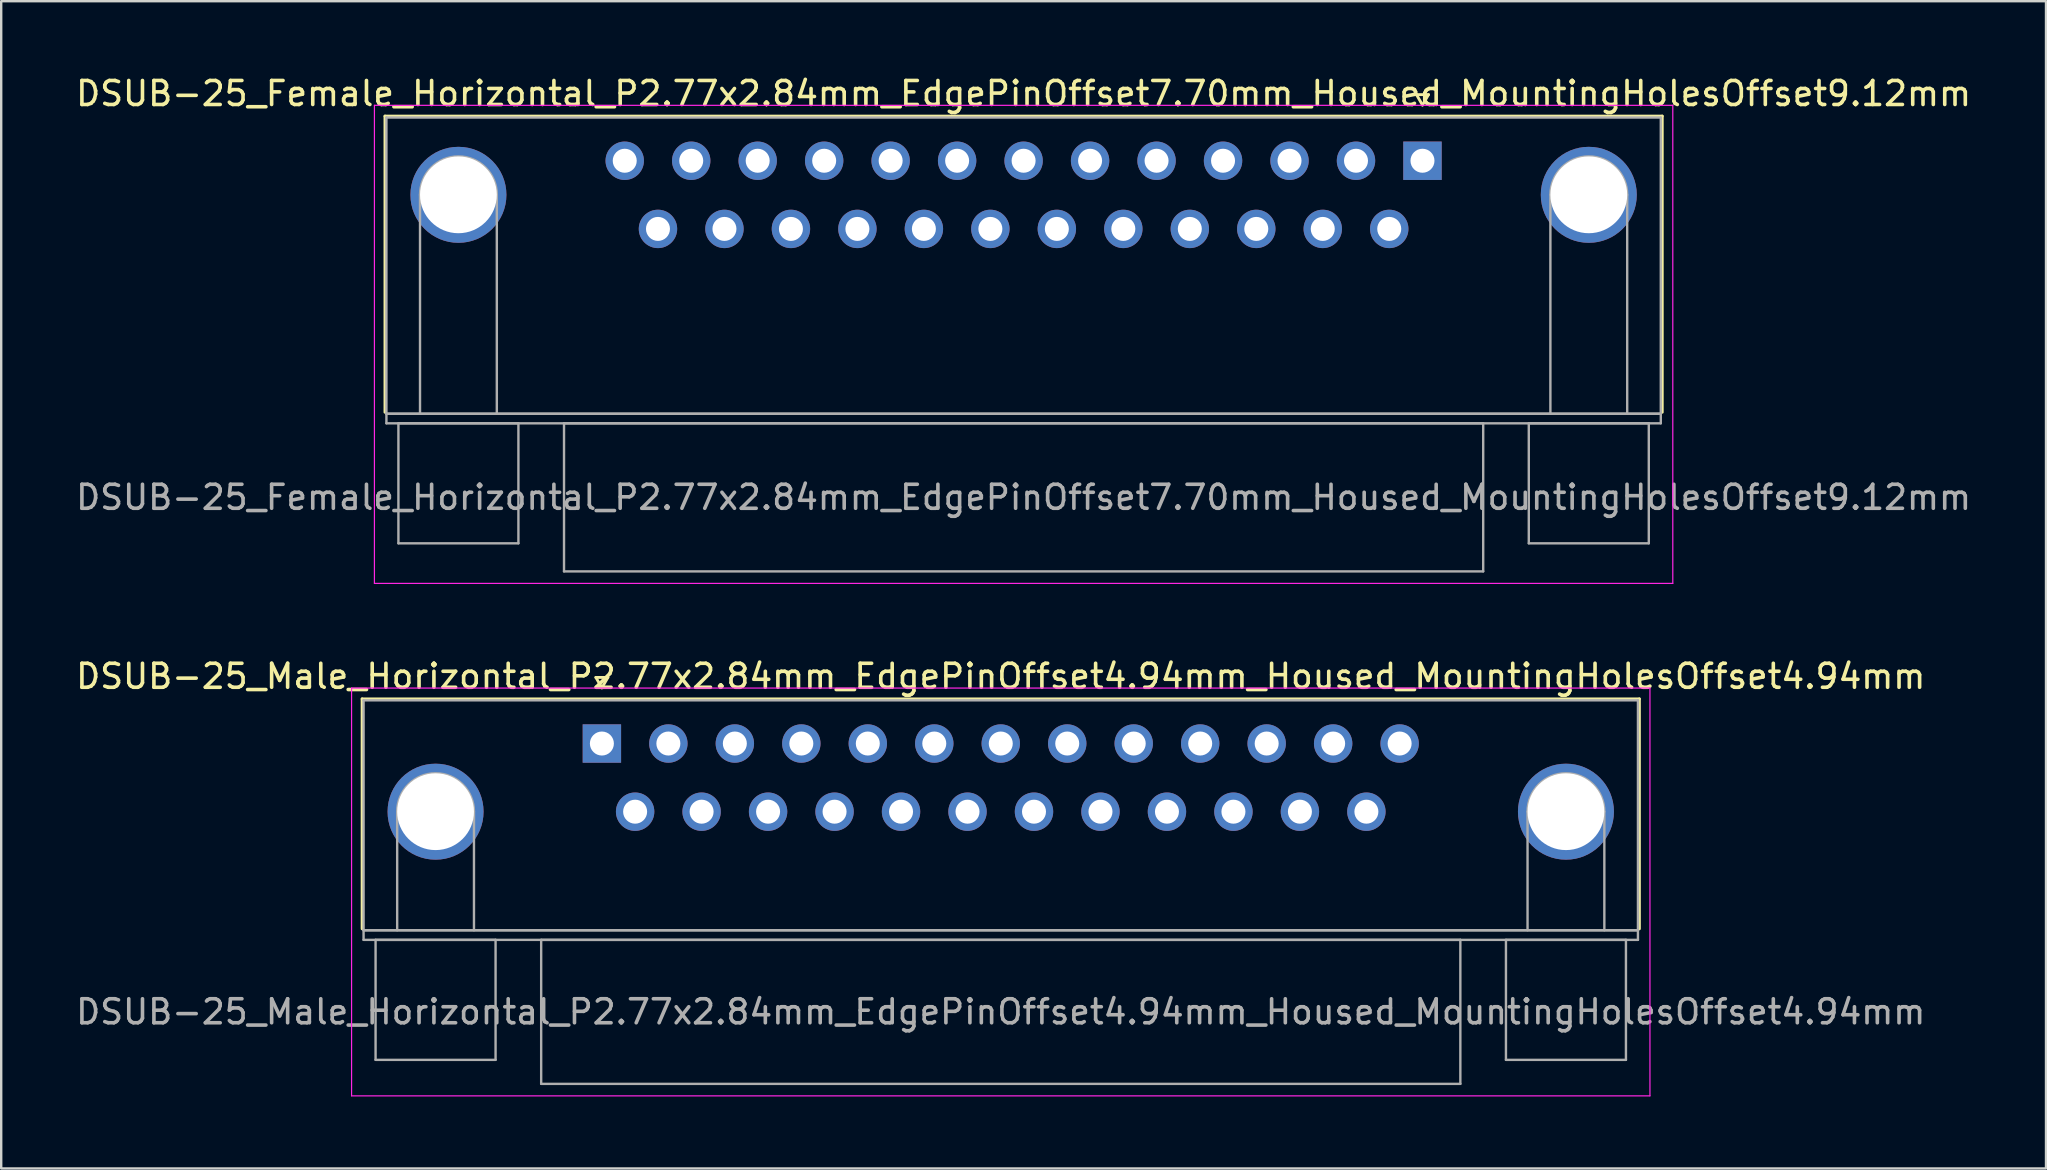
<source format=kicad_pcb>
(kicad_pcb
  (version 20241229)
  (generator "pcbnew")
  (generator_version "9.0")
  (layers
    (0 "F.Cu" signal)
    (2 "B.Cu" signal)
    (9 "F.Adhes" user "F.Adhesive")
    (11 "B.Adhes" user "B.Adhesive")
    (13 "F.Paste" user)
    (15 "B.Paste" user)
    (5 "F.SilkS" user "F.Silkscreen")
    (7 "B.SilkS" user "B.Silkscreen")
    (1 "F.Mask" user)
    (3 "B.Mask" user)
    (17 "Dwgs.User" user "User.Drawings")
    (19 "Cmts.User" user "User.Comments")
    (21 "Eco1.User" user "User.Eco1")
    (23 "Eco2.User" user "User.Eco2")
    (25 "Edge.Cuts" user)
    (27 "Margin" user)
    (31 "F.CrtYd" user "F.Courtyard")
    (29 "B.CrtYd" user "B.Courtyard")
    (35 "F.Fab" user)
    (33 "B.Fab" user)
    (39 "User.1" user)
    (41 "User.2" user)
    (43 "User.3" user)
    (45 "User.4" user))
  (footprint "DSUB-25_Female_Horizontal_P2.77x2.84mm_EdgePinOffset7.70mm_Housed_MountingHolesOffset9.12mm"
    (layer "F.Cu")
    (at 56.221 3.648)
    (property "Reference" "DSUB-25_Female_Horizontal_P2.77x2.84mm_EdgePinOffset7.70mm_Housed_MountingHolesOffset9.12mm" (at -16.62 -2.8 0) (layer "F.SilkS") (effects (font (size 1 1) (thickness 0.15))))
    (attr through_hole)
    (fp_line (start -43.23 -1.86) (end 9.99 -1.86) (stroke (width 0.12) (type solid)) (layer "F.SilkS"))
    (fp_line (start -43.23 10.48) (end -43.23 -1.86) (stroke (width 0.12) (type solid)) (layer "F.SilkS"))
    (fp_line (start -0.25 -2.754) (end 0.25 -2.754) (stroke (width 0.12) (type solid)) (layer "F.SilkS"))
    (fp_line (start 0 -2.321) (end -0.25 -2.754) (stroke (width 0.12) (type solid)) (layer "F.SilkS"))
    (fp_line (start 0.25 -2.754) (end 0 -2.321) (stroke (width 0.12) (type solid)) (layer "F.SilkS"))
    (fp_line (start 9.99 -1.86) (end 9.99 10.48) (stroke (width 0.12) (type solid)) (layer "F.SilkS"))
    (fp_line (start -43.67 -2.31) (end -43.67 17.61) (stroke (width 0.05) (type solid)) (layer "F.CrtYd"))
    (fp_line (start -43.67 17.61) (end 10.43 17.61) (stroke (width 0.05) (type solid)) (layer "F.CrtYd"))
    (fp_line (start 10.43 -2.31) (end -43.67 -2.31) (stroke (width 0.05) (type solid)) (layer "F.CrtYd"))
    (fp_line (start 10.43 17.61) (end 10.43 -2.31) (stroke (width 0.05) (type solid)) (layer "F.CrtYd"))
    (fp_line (start -43.17 -1.8) (end -43.17 10.54) (stroke (width 0.1) (type solid)) (layer "F.Fab"))
    (fp_line (start -43.17 10.54) (end -43.17 10.94) (stroke (width 0.1) (type solid)) (layer "F.Fab"))
    (fp_line (start -43.17 10.54) (end 9.93 10.54) (stroke (width 0.1) (type solid)) (layer "F.Fab"))
    (fp_line (start -43.17 10.94) (end 9.93 10.94) (stroke (width 0.1) (type solid)) (layer "F.Fab"))
    (fp_line (start -42.67 10.94) (end -42.67 15.94) (stroke (width 0.1) (type solid)) (layer "F.Fab"))
    (fp_line (start -42.67 15.94) (end -37.67 15.94) (stroke (width 0.1) (type solid)) (layer "F.Fab"))
    (fp_line (start -41.77 10.54) (end -41.77 1.42) (stroke (width 0.1) (type solid)) (layer "F.Fab"))
    (fp_line (start -38.57 10.54) (end -38.57 1.42) (stroke (width 0.1) (type solid)) (layer "F.Fab"))
    (fp_line (start -37.67 10.94) (end -42.67 10.94) (stroke (width 0.1) (type solid)) (layer "F.Fab"))
    (fp_line (start -37.67 15.94) (end -37.67 10.94) (stroke (width 0.1) (type solid)) (layer "F.Fab"))
    (fp_line (start -35.77 10.94) (end -35.77 17.11) (stroke (width 0.1) (type solid)) (layer "F.Fab"))
    (fp_line (start -35.77 17.11) (end 2.53 17.11) (stroke (width 0.1) (type solid)) (layer "F.Fab"))
    (fp_line (start 2.53 10.94) (end -35.77 10.94) (stroke (width 0.1) (type solid)) (layer "F.Fab"))
    (fp_line (start 2.53 17.11) (end 2.53 10.94) (stroke (width 0.1) (type solid)) (layer "F.Fab"))
    (fp_line (start 4.43 10.94) (end 4.43 15.94) (stroke (width 0.1) (type solid)) (layer "F.Fab"))
    (fp_line (start 4.43 15.94) (end 9.43 15.94) (stroke (width 0.1) (type solid)) (layer "F.Fab"))
    (fp_line (start 5.33 10.54) (end 5.33 1.42) (stroke (width 0.1) (type solid)) (layer "F.Fab"))
    (fp_line (start 8.53 10.54) (end 8.53 1.42) (stroke (width 0.1) (type solid)) (layer "F.Fab"))
    (fp_line (start 9.43 10.94) (end 4.43 10.94) (stroke (width 0.1) (type solid)) (layer "F.Fab"))
    (fp_line (start 9.43 15.94) (end 9.43 10.94) (stroke (width 0.1) (type solid)) (layer "F.Fab"))
    (fp_line (start 9.93 -1.8) (end -43.17 -1.8) (stroke (width 0.1) (type solid)) (layer "F.Fab"))
    (fp_line (start 9.93 10.54) (end -43.17 10.54) (stroke (width 0.1) (type solid)) (layer "F.Fab"))
    (fp_line (start 9.93 10.54) (end 9.93 -1.8) (stroke (width 0.1) (type solid)) (layer "F.Fab"))
    (fp_line (start 9.93 10.94) (end 9.93 10.54) (stroke (width 0.1) (type solid)) (layer "F.Fab"))
    (fp_arc (start -41.77 1.42) (mid -40.17 -0.18) (end -38.57 1.42) (stroke (width 0.1) (type solid)) (layer "F.Fab"))
    (fp_arc (start 5.33 1.42) (mid 6.93 -0.18) (end 8.53 1.42) (stroke (width 0.1) (type solid)) (layer "F.Fab"))
    (fp_text user "${REFERENCE}" (at -16.62 14.025 0) (layer "F.Fab") (effects (font (size 1 1) (thickness 0.15))))
    (pad "0" thru_hole circle (at -40.17 1.42) (size 4 4) (drill 3.2) (layers "*.Cu" "*.Mask"))
    (pad "0" thru_hole circle (at 6.93 1.42) (size 4 4) (drill 3.2) (layers "*.Cu" "*.Mask"))
    (pad "1" thru_hole rect (at 0 0) (size 1.6 1.6) (drill 1) (layers "*.Cu" "*.Mask"))
    (pad "2" thru_hole circle (at -2.77 0) (size 1.6 1.6) (drill 1) (layers "*.Cu" "*.Mask"))
    (pad "3" thru_hole circle (at -5.54 0) (size 1.6 1.6) (drill 1) (layers "*.Cu" "*.Mask"))
    (pad "4" thru_hole circle (at -8.31 0) (size 1.6 1.6) (drill 1) (layers "*.Cu" "*.Mask"))
    (pad "5" thru_hole circle (at -11.08 0) (size 1.6 1.6) (drill 1) (layers "*.Cu" "*.Mask"))
    (pad "6" thru_hole circle (at -13.85 0) (size 1.6 1.6) (drill 1) (layers "*.Cu" "*.Mask"))
    (pad "7" thru_hole circle (at -16.62 0) (size 1.6 1.6) (drill 1) (layers "*.Cu" "*.Mask"))
    (pad "8" thru_hole circle (at -19.39 0) (size 1.6 1.6) (drill 1) (layers "*.Cu" "*.Mask"))
    (pad "9" thru_hole circle (at -22.16 0) (size 1.6 1.6) (drill 1) (layers "*.Cu" "*.Mask"))
    (pad "10" thru_hole circle (at -24.93 0) (size 1.6 1.6) (drill 1) (layers "*.Cu" "*.Mask"))
    (pad "11" thru_hole circle (at -27.7 0) (size 1.6 1.6) (drill 1) (layers "*.Cu" "*.Mask"))
    (pad "12" thru_hole circle (at -30.47 0) (size 1.6 1.6) (drill 1) (layers "*.Cu" "*.Mask"))
    (pad "13" thru_hole circle (at -33.24 0) (size 1.6 1.6) (drill 1) (layers "*.Cu" "*.Mask"))
    (pad "14" thru_hole circle (at -1.385 2.84) (size 1.6 1.6) (drill 1) (layers "*.Cu" "*.Mask"))
    (pad "15" thru_hole circle (at -4.155 2.84) (size 1.6 1.6) (drill 1) (layers "*.Cu" "*.Mask"))
    (pad "16" thru_hole circle (at -6.925 2.84) (size 1.6 1.6) (drill 1) (layers "*.Cu" "*.Mask"))
    (pad "17" thru_hole circle (at -9.695 2.84) (size 1.6 1.6) (drill 1) (layers "*.Cu" "*.Mask"))
    (pad "18" thru_hole circle (at -12.465 2.84) (size 1.6 1.6) (drill 1) (layers "*.Cu" "*.Mask"))
    (pad "19" thru_hole circle (at -15.235 2.84) (size 1.6 1.6) (drill 1) (layers "*.Cu" "*.Mask"))
    (pad "20" thru_hole circle (at -18.005 2.84) (size 1.6 1.6) (drill 1) (layers "*.Cu" "*.Mask"))
    (pad "21" thru_hole circle (at -20.775 2.84) (size 1.6 1.6) (drill 1) (layers "*.Cu" "*.Mask"))
    (pad "22" thru_hole circle (at -23.545 2.84) (size 1.6 1.6) (drill 1) (layers "*.Cu" "*.Mask"))
    (pad "23" thru_hole circle (at -26.315 2.84) (size 1.6 1.6) (drill 1) (layers "*.Cu" "*.Mask"))
    (pad "24" thru_hole circle (at -29.085 2.84) (size 1.6 1.6) (drill 1) (layers "*.Cu" "*.Mask"))
    (pad "25" thru_hole circle (at -31.855 2.84) (size 1.6 1.6) (drill 1) (layers "*.Cu" "*.Mask")))
  (footprint "DSUB-25_Male_Horizontal_P2.77x2.84mm_EdgePinOffset4.94mm_Housed_MountingHolesOffset4.94mm"
    (layer "F.Cu")
    (at 22.029 27.931)
    (property "Reference" "DSUB-25_Male_Horizontal_P2.77x2.84mm_EdgePinOffset4.94mm_Housed_MountingHolesOffset4.94mm" (at 16.62 -2.8 0) (layer "F.SilkS") (effects (font (size 1 1) (thickness 0.15))))
    (attr through_hole)
    (fp_line (start -9.99 -1.86) (end 43.23 -1.86) (stroke (width 0.12) (type solid)) (layer "F.SilkS"))
    (fp_line (start -9.99 7.72) (end -9.99 -1.86) (stroke (width 0.12) (type solid)) (layer "F.SilkS"))
    (fp_line (start -0.25 -2.754) (end 0.25 -2.754) (stroke (width 0.12) (type solid)) (layer "F.SilkS"))
    (fp_line (start 0 -2.321) (end -0.25 -2.754) (stroke (width 0.12) (type solid)) (layer "F.SilkS"))
    (fp_line (start 0.25 -2.754) (end 0 -2.321) (stroke (width 0.12) (type solid)) (layer "F.SilkS"))
    (fp_line (start 43.23 -1.86) (end 43.23 7.72) (stroke (width 0.12) (type solid)) (layer "F.SilkS"))
    (fp_line (start -10.43 -2.31) (end -10.43 14.68) (stroke (width 0.05) (type solid)) (layer "F.CrtYd"))
    (fp_line (start -10.43 14.68) (end 43.67 14.68) (stroke (width 0.05) (type solid)) (layer "F.CrtYd"))
    (fp_line (start 43.67 -2.31) (end -10.43 -2.31) (stroke (width 0.05) (type solid)) (layer "F.CrtYd"))
    (fp_line (start 43.67 14.68) (end 43.67 -2.31) (stroke (width 0.05) (type solid)) (layer "F.CrtYd"))
    (fp_line (start -9.93 -1.8) (end -9.93 7.78) (stroke (width 0.1) (type solid)) (layer "F.Fab"))
    (fp_line (start -9.93 7.78) (end -9.93 8.18) (stroke (width 0.1) (type solid)) (layer "F.Fab"))
    (fp_line (start -9.93 7.78) (end 43.17 7.78) (stroke (width 0.1) (type solid)) (layer "F.Fab"))
    (fp_line (start -9.93 8.18) (end 43.17 8.18) (stroke (width 0.1) (type solid)) (layer "F.Fab"))
    (fp_line (start -9.43 8.18) (end -9.43 13.18) (stroke (width 0.1) (type solid)) (layer "F.Fab"))
    (fp_line (start -9.43 13.18) (end -4.43 13.18) (stroke (width 0.1) (type solid)) (layer "F.Fab"))
    (fp_line (start -8.53 7.78) (end -8.53 2.84) (stroke (width 0.1) (type solid)) (layer "F.Fab"))
    (fp_line (start -5.33 7.78) (end -5.33 2.84) (stroke (width 0.1) (type solid)) (layer "F.Fab"))
    (fp_line (start -4.43 8.18) (end -9.43 8.18) (stroke (width 0.1) (type solid)) (layer "F.Fab"))
    (fp_line (start -4.43 13.18) (end -4.43 8.18) (stroke (width 0.1) (type solid)) (layer "F.Fab"))
    (fp_line (start -2.53 8.18) (end -2.53 14.18) (stroke (width 0.1) (type solid)) (layer "F.Fab"))
    (fp_line (start -2.53 14.18) (end 35.77 14.18) (stroke (width 0.1) (type solid)) (layer "F.Fab"))
    (fp_line (start 35.77 8.18) (end -2.53 8.18) (stroke (width 0.1) (type solid)) (layer "F.Fab"))
    (fp_line (start 35.77 14.18) (end 35.77 8.18) (stroke (width 0.1) (type solid)) (layer "F.Fab"))
    (fp_line (start 37.67 8.18) (end 37.67 13.18) (stroke (width 0.1) (type solid)) (layer "F.Fab"))
    (fp_line (start 37.67 13.18) (end 42.67 13.18) (stroke (width 0.1) (type solid)) (layer "F.Fab"))
    (fp_line (start 38.57 7.78) (end 38.57 2.84) (stroke (width 0.1) (type solid)) (layer "F.Fab"))
    (fp_line (start 41.77 7.78) (end 41.77 2.84) (stroke (width 0.1) (type solid)) (layer "F.Fab"))
    (fp_line (start 42.67 8.18) (end 37.67 8.18) (stroke (width 0.1) (type solid)) (layer "F.Fab"))
    (fp_line (start 42.67 13.18) (end 42.67 8.18) (stroke (width 0.1) (type solid)) (layer "F.Fab"))
    (fp_line (start 43.17 -1.8) (end -9.93 -1.8) (stroke (width 0.1) (type solid)) (layer "F.Fab"))
    (fp_line (start 43.17 7.78) (end -9.93 7.78) (stroke (width 0.1) (type solid)) (layer "F.Fab"))
    (fp_line (start 43.17 7.78) (end 43.17 -1.8) (stroke (width 0.1) (type solid)) (layer "F.Fab"))
    (fp_line (start 43.17 8.18) (end 43.17 7.78) (stroke (width 0.1) (type solid)) (layer "F.Fab"))
    (fp_arc (start -8.53 2.84) (mid -6.93 1.24) (end -5.33 2.84) (stroke (width 0.1) (type solid)) (layer "F.Fab"))
    (fp_arc (start 38.57 2.84) (mid 40.17 1.24) (end 41.77 2.84) (stroke (width 0.1) (type solid)) (layer "F.Fab"))
    (fp_text user "${REFERENCE}" (at 16.62 11.18 0) (layer "F.Fab") (effects (font (size 1 1) (thickness 0.15))))
    (pad "0" thru_hole circle (at -6.93 2.84) (size 4 4) (drill 3.2) (layers "*.Cu" "*.Mask"))
    (pad "0" thru_hole circle (at 40.17 2.84) (size 4 4) (drill 3.2) (layers "*.Cu" "*.Mask"))
    (pad "1" thru_hole rect (at 0 0) (size 1.6 1.6) (drill 1) (layers "*.Cu" "*.Mask"))
    (pad "2" thru_hole circle (at 2.77 0) (size 1.6 1.6) (drill 1) (layers "*.Cu" "*.Mask"))
    (pad "3" thru_hole circle (at 5.54 0) (size 1.6 1.6) (drill 1) (layers "*.Cu" "*.Mask"))
    (pad "4" thru_hole circle (at 8.31 0) (size 1.6 1.6) (drill 1) (layers "*.Cu" "*.Mask"))
    (pad "5" thru_hole circle (at 11.08 0) (size 1.6 1.6) (drill 1) (layers "*.Cu" "*.Mask"))
    (pad "6" thru_hole circle (at 13.85 0) (size 1.6 1.6) (drill 1) (layers "*.Cu" "*.Mask"))
    (pad "7" thru_hole circle (at 16.62 0) (size 1.6 1.6) (drill 1) (layers "*.Cu" "*.Mask"))
    (pad "8" thru_hole circle (at 19.39 0) (size 1.6 1.6) (drill 1) (layers "*.Cu" "*.Mask"))
    (pad "9" thru_hole circle (at 22.16 0) (size 1.6 1.6) (drill 1) (layers "*.Cu" "*.Mask"))
    (pad "10" thru_hole circle (at 24.93 0) (size 1.6 1.6) (drill 1) (layers "*.Cu" "*.Mask"))
    (pad "11" thru_hole circle (at 27.7 0) (size 1.6 1.6) (drill 1) (layers "*.Cu" "*.Mask"))
    (pad "12" thru_hole circle (at 30.47 0) (size 1.6 1.6) (drill 1) (layers "*.Cu" "*.Mask"))
    (pad "13" thru_hole circle (at 33.24 0) (size 1.6 1.6) (drill 1) (layers "*.Cu" "*.Mask"))
    (pad "14" thru_hole circle (at 1.385 2.84) (size 1.6 1.6) (drill 1) (layers "*.Cu" "*.Mask"))
    (pad "15" thru_hole circle (at 4.155 2.84) (size 1.6 1.6) (drill 1) (layers "*.Cu" "*.Mask"))
    (pad "16" thru_hole circle (at 6.925 2.84) (size 1.6 1.6) (drill 1) (layers "*.Cu" "*.Mask"))
    (pad "17" thru_hole circle (at 9.695 2.84) (size 1.6 1.6) (drill 1) (layers "*.Cu" "*.Mask"))
    (pad "18" thru_hole circle (at 12.465 2.84) (size 1.6 1.6) (drill 1) (layers "*.Cu" "*.Mask"))
    (pad "19" thru_hole circle (at 15.235 2.84) (size 1.6 1.6) (drill 1) (layers "*.Cu" "*.Mask"))
    (pad "20" thru_hole circle (at 18.005 2.84) (size 1.6 1.6) (drill 1) (layers "*.Cu" "*.Mask"))
    (pad "21" thru_hole circle (at 20.775 2.84) (size 1.6 1.6) (drill 1) (layers "*.Cu" "*.Mask"))
    (pad "22" thru_hole circle (at 23.545 2.84) (size 1.6 1.6) (drill 1) (layers "*.Cu" "*.Mask"))
    (pad "23" thru_hole circle (at 26.315 2.84) (size 1.6 1.6) (drill 1) (layers "*.Cu" "*.Mask"))
    (pad "24" thru_hole circle (at 29.085 2.84) (size 1.6 1.6) (drill 1) (layers "*.Cu" "*.Mask"))
    (pad "25" thru_hole circle (at 31.855 2.84) (size 1.6 1.6) (drill 1) (layers "*.Cu" "*.Mask")))
  (gr_rect
    (start -3 -3)
    (end 82.202 45.636)
    (stroke (width 0.1) (type default))
    (fill no)
    (layer "Edge.Cuts")))
</source>
